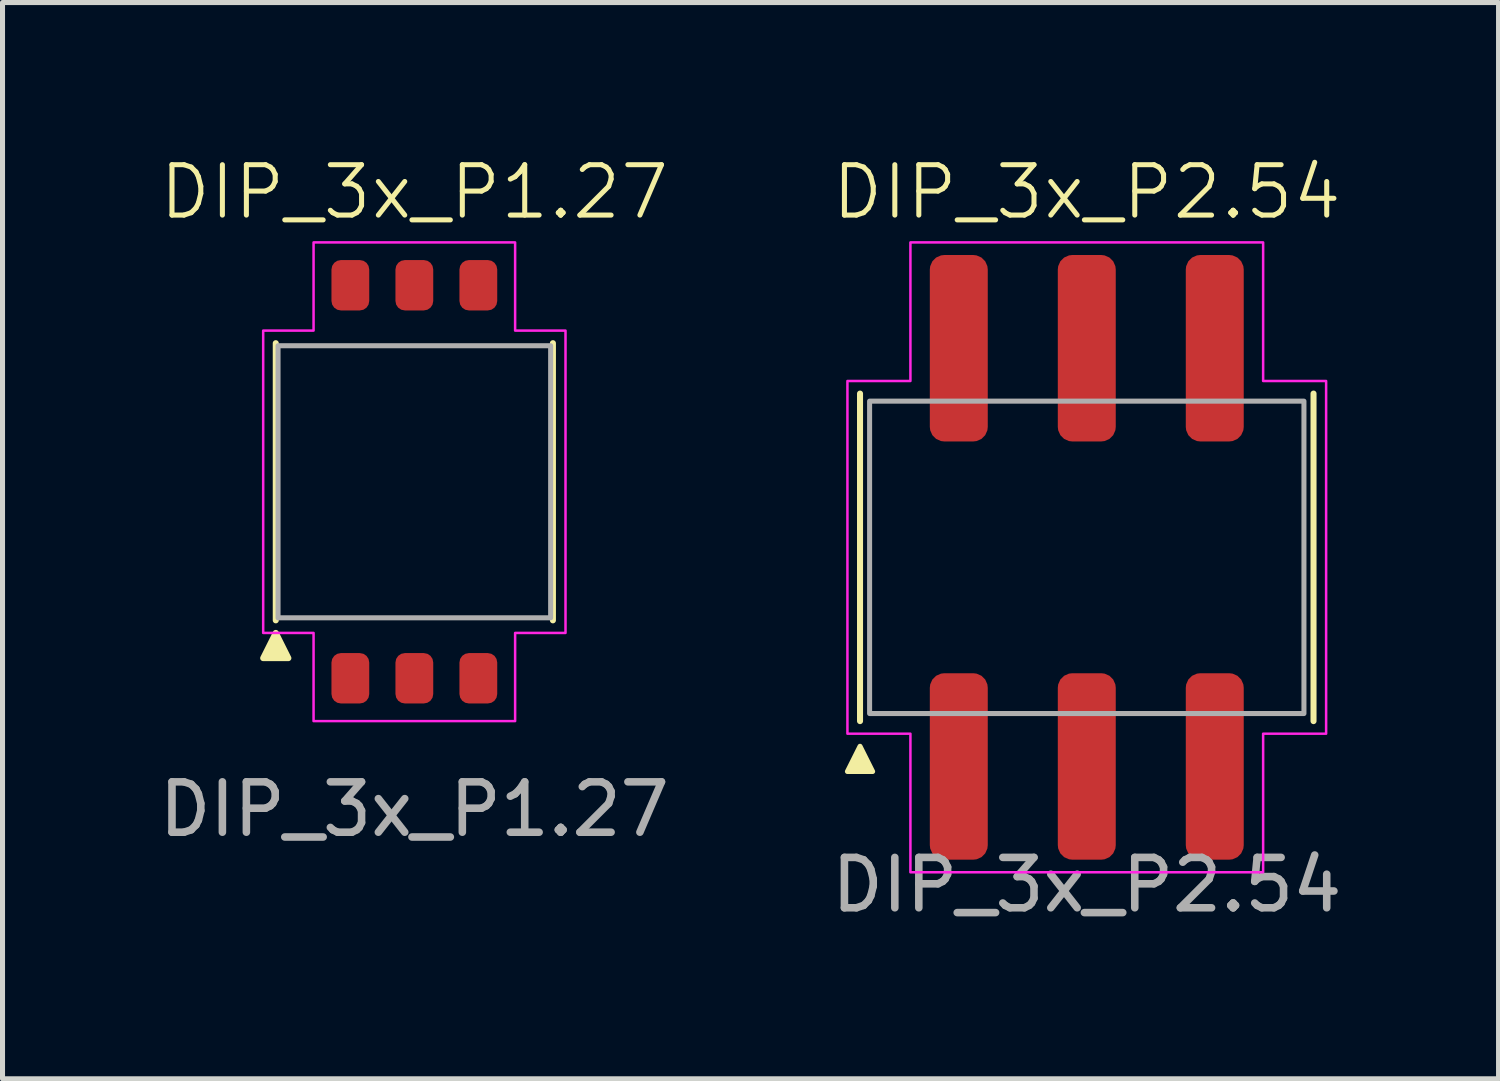
<source format=kicad_pcb>
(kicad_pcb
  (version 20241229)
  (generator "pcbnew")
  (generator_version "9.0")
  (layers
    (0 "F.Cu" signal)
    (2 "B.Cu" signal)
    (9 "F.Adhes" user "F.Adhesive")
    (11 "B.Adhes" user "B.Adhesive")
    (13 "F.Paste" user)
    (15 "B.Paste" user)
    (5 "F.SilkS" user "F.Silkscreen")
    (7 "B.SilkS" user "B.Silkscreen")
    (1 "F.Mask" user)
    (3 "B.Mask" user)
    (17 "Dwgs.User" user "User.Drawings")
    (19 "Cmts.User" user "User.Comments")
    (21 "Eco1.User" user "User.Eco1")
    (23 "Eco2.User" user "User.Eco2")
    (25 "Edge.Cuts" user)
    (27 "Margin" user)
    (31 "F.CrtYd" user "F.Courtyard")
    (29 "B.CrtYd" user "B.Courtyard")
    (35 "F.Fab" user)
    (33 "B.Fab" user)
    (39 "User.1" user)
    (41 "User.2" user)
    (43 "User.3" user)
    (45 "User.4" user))
  (footprint "DIP_3x_P2.54"
    (layer "F.Cu")
    (at 18.518 8.011)
    (property "Reference" "DIP_3x_P2.54" (at 0 -7.25 0) (unlocked yes) (layer "F.SilkS") (effects (font (size 1 1) (thickness 0.1))))
    (attr smd)
    (fp_line (start -4.5 -3.25) (end -4.5 3.25) (stroke (width 0.12) (type solid)) (layer "F.SilkS"))
    (fp_line (start 4.5 -3.25) (end 4.5 3.25) (stroke (width 0.12) (type solid)) (layer "F.SilkS"))
    (fp_poly (pts (xy -4.5 3.75) (xy -4.75 4.25) (xy -4.25 4.25)) (stroke (width 0.1) (type solid)) (fill yes) (layer "F.SilkS"))
    (fp_poly (pts (xy -3.5 -6.25) (xy -3.5 -3.5) (xy -4.75 -3.5) (xy -4.75 3.5) (xy -3.5 3.5) (xy -3.5 6.25) (xy 3.5 6.25) (xy 3.5 3.5) (xy 4.75 3.5) (xy 4.75 -3.5) (xy 3.5 -3.5) (xy 3.5 -6.25)) (stroke (width 0.05) (type solid)) (fill no) (layer "F.CrtYd"))
    (fp_rect (start -4.31 -3.1) (end 4.31 3.1) (stroke (width 0.1) (type solid)) (fill no) (layer "F.Fab"))
    (fp_text user "${REFERENCE}" (at 0 6.5 0) (unlocked yes) (layer "F.Fab") (effects (font (size 1 1) (thickness 0.15))))
    (pad "1" smd roundrect (at -2.54 4.15) (size 1.15 3.7) (layers "F.Cu" "F.Mask" "F.Paste") (roundrect_rratio 0.25))
    (pad "2" smd roundrect (at 0 4.15) (size 1.15 3.7) (layers "F.Cu" "F.Mask" "F.Paste") (roundrect_rratio 0.25))
    (pad "3" smd roundrect (at 2.54 4.15) (size 1.15 3.7) (layers "F.Cu" "F.Mask" "F.Paste") (roundrect_rratio 0.25))
    (pad "4" smd roundrect (at 2.54 -4.15) (size 1.15 3.7) (layers "F.Cu" "F.Mask" "F.Paste") (roundrect_rratio 0.25))
    (pad "5" smd roundrect (at 0 -4.15) (size 1.15 3.7) (layers "F.Cu" "F.Mask" "F.Paste") (roundrect_rratio 0.25))
    (pad "6" smd roundrect (at -2.54 -4.15) (size 1.15 3.7) (layers "F.Cu" "F.Mask" "F.Paste") (roundrect_rratio 0.25)))
  (footprint "DIP_3x_P1.27"
    (layer "F.Cu")
    (at 5.173 6.511)
    (property "Reference" "DIP_3x_P1.27" (at 0 -5.75 0) (unlocked yes) (layer "F.SilkS") (effects (font (size 1 1) (thickness 0.1))))
    (attr smd)
    (fp_line (start -2.75 -2.75) (end -2.75 2.75) (stroke (width 0.12) (type solid)) (layer "F.SilkS"))
    (fp_line (start 2.75 2.75) (end 2.75 -2.75) (stroke (width 0.12) (type solid)) (layer "F.SilkS"))
    (fp_poly (pts (xy -2.75 3) (xy -3 3.5) (xy -2.5 3.5)) (stroke (width 0.12) (type solid)) (fill yes) (layer "F.SilkS"))
    (fp_poly (pts (xy -2 -4.75) (xy 2 -4.75) (xy 2 -3) (xy 3 -3) (xy 3 3) (xy 2 3) (xy 2 4.75) (xy -2 4.75) (xy -2 3) (xy -3 3) (xy -3 -3) (xy -2 -3)) (stroke (width 0.05) (type solid)) (fill no) (layer "F.CrtYd"))
    (fp_rect (start -2.705 -2.7) (end 2.705 2.7) (stroke (width 0.1) (type solid)) (fill no) (layer "F.Fab"))
    (fp_text user "${REFERENCE}" (at 0 6.5 0) (unlocked yes) (layer "F.Fab") (effects (font (size 1 1) (thickness 0.15))))
    (pad "1" smd roundrect (at -1.27 3.9) (size 0.75 1) (layers "F.Cu" "F.Mask" "F.Paste") (roundrect_rratio 0.25))
    (pad "2" smd roundrect (at 0 3.9) (size 0.75 1) (layers "F.Cu" "F.Mask" "F.Paste") (roundrect_rratio 0.25))
    (pad "3" smd roundrect (at 1.27 3.9) (size 0.75 1) (layers "F.Cu" "F.Mask" "F.Paste") (roundrect_rratio 0.25))
    (pad "4" smd roundrect (at 1.27 -3.9) (size 0.75 1) (layers "F.Cu" "F.Mask" "F.Paste") (roundrect_rratio 0.25))
    (pad "5" smd roundrect (at 0 -3.9) (size 0.75 1) (layers "F.Cu" "F.Mask" "F.Paste") (roundrect_rratio 0.25))
    (pad "6" smd roundrect (at -1.27 -3.9) (size 0.75 1) (layers "F.Cu" "F.Mask" "F.Paste") (roundrect_rratio 0.25)))
  (gr_rect
    (start -3 -3)
    (end 26.69 18.359)
    (stroke (width 0.1) (type default))
    (fill no)
    (layer "Edge.Cuts")))
</source>
